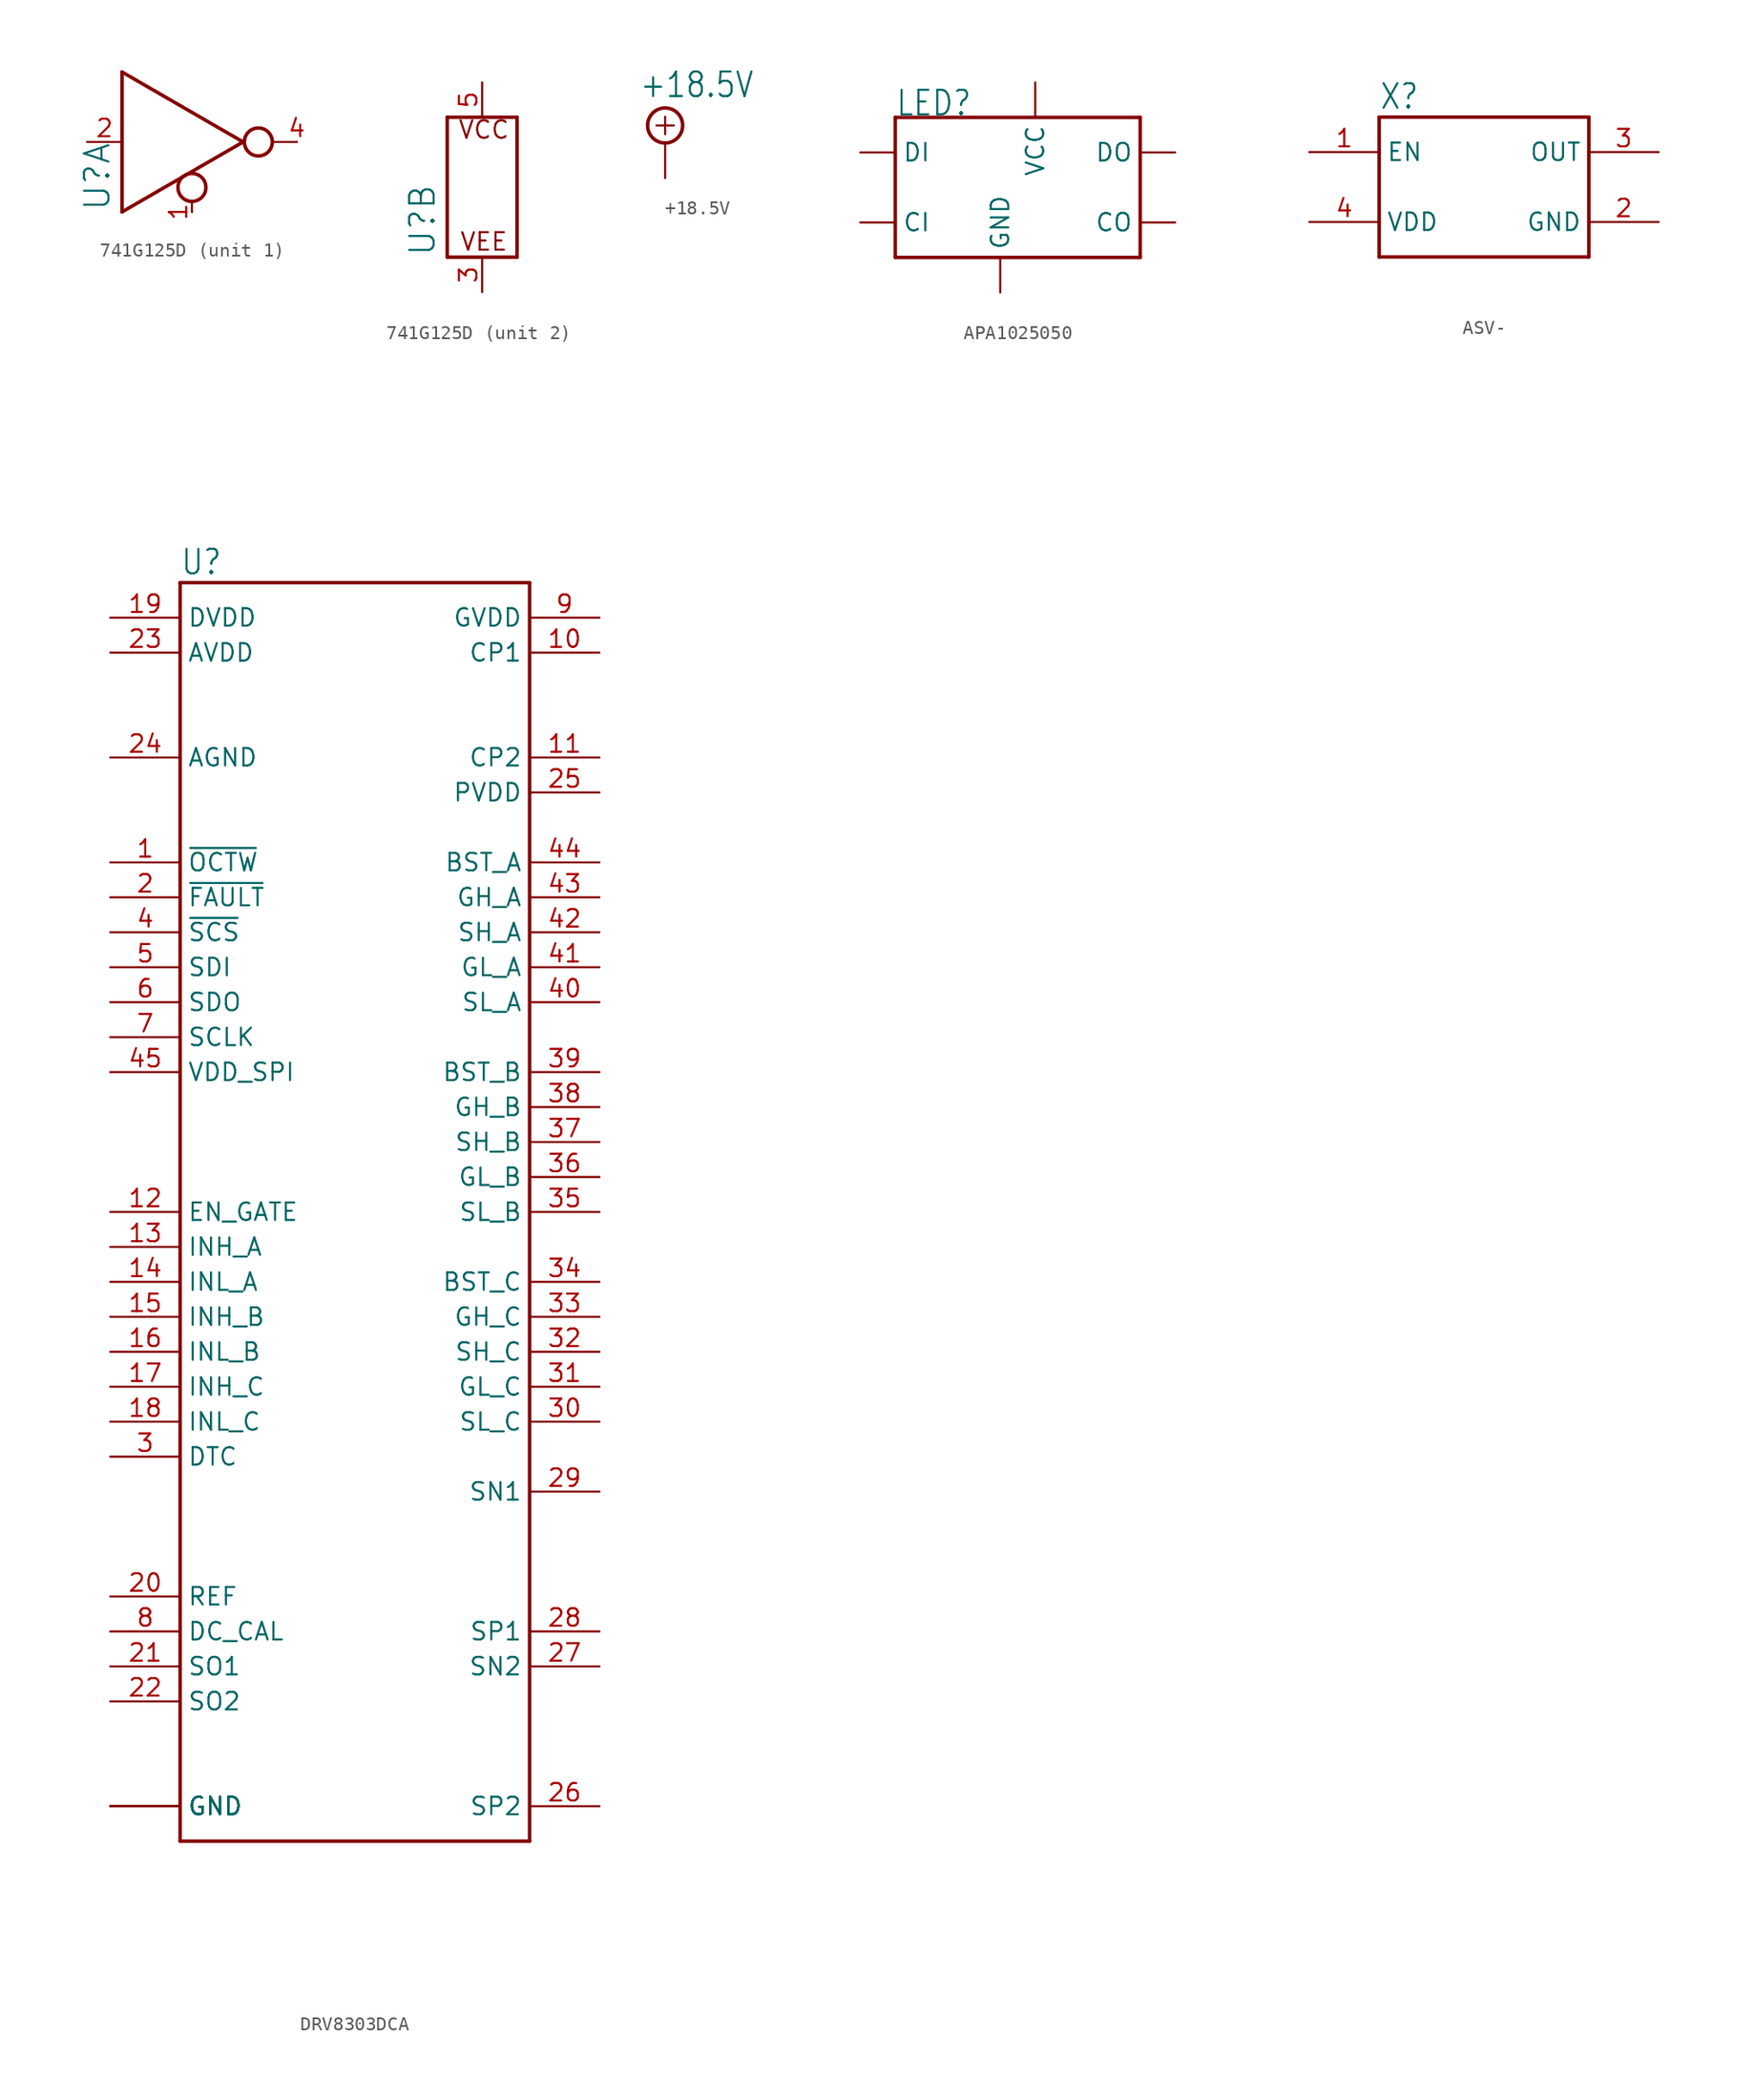
<source format=kicad_sym>
(kicad_symbol_lib
  (version 20220914)
  (generator kicad_symbol_editor)
  (symbol "741G125D"
    (property "Reference" "U"
      (at -3.302 -5.08 90)
      (effects (font (size 1.778 1.778)) (justify left bottom)))
    (property "Value" ""
      (at 5.08 -5.08 90)
      (effects (font (size 1.778 1.778)) (justify left bottom)))
    (property "ki_locked" ""
      (at 0 0 0)
      (effects (font (size 1.27 1.27))))
    (symbol "741G125D_1_0"
      (polyline (pts (xy -2.54 -5.08) (xy -2.54 5.08)) (stroke (width 0.254) (type solid)) (fill (type none)))
      (polyline (pts (xy -2.54 5.08) (xy 6.258 0)) (stroke (width 0.254) (type solid)) (fill (type none)))
      (polyline (pts (xy 2.54 -4.318) (xy 2.54 -5.08)) (stroke (width 0.152) (type solid)) (fill (type none)))
      (polyline (pts (xy 6.258 0) (xy -2.54 -5.08)) (stroke (width 0.254) (type solid)) (fill (type none)))
      (polyline (pts (xy 10.16 0) (xy 8.382 0)) (stroke (width 0.152) (type solid)) (fill (type none)))
      (circle (center 2.54 -3.302) (radius 1.016) (stroke (width 0.254) (type solid)) (fill (type none)))
      (circle (center 7.366 0) (radius 1.016) (stroke (width 0.254) (type solid)) (fill (type none)))
      (pin bidirectional line (at 2.54 -5.08 270) (length 0) (name "~{EN}" (effects (font (size 0 0)))) (number "1" (effects (font (size 1.27 1.27)))))
      (pin bidirectional line (at -5.08 0 0) (length 2.54) (name "A" (effects (font (size 0 0)))) (number "2" (effects (font (size 1.27 1.27)))))
      (pin bidirectional line (at 10.16 0 0) (length 0) (name "Y" (effects (font (size 0 0)))) (number "4" (effects (font (size 1.27 1.27))))))
    (symbol "741G125D_2_0"
      (polyline (pts (xy -2.54 -5.08) (xy -2.54 5.08)) (stroke (width 0.254) (type solid)) (fill (type none)))
      (polyline (pts (xy -2.54 5.08) (xy 2.54 5.08)) (stroke (width 0.254) (type solid)) (fill (type none)))
      (polyline (pts (xy 2.54 -5.08) (xy -2.54 -5.08)) (stroke (width 0.254) (type solid)) (fill (type none)))
      (polyline (pts (xy 2.54 5.08) (xy 2.54 -5.08)) (stroke (width 0.254) (type solid)) (fill (type none)))
      (text "VCC" (at 0.127 3.429 0) (effects (font (size 1.27 1.27)) (justify bottom)))
      (text "VEE" (at 0.127 -4.699 0) (effects (font (size 1.27 1.27)) (justify bottom)))
      (pin bidirectional line (at 0 -7.62 90) (length 2.54) (name "P$V-" (effects (font (size 0 0)))) (number "3" (effects (font (size 1.27 1.27)))))
      (pin bidirectional line (at 0 7.62 270) (length 2.54) (name "P$V+" (effects (font (size 0 0)))) (number "5" (effects (font (size 1.27 1.27)))))))
  (symbol "+18.5V"
    (power)
    (property "Reference" "#SUPPLY"
      (at 0 0 0)
      (effects (font (size 1.27 1.27)) hide))
    (property "Value" "+18.5V"
      (at -1.905 3.175 0)
      (effects (font (size 1.778 1.511)) (justify left bottom)))
    (property "ki_locked" ""
      (at 0 0 0)
      (effects (font (size 1.27 1.27))))
    (symbol "+18.5V_1_0"
      (polyline (pts (xy -0.635 1.27) (xy 0.635 1.27)) (stroke (width 0.152) (type solid)) (fill (type none)))
      (polyline (pts (xy 0 0.635) (xy 0 1.905)) (stroke (width 0.152) (type solid)) (fill (type none)))
      (circle (center 0 1.27) (radius 1.27) (stroke (width 0.254) (type solid)) (fill (type none)))
      (pin power_in line (at 0 -2.54 90) (length 2.54) (name "+18.5V" (effects (font (size 0 0)))) (number "1" (effects (font (size 0 0)))))))
  (symbol "APA1025050"
    (property "Reference" "LED"
      (at -10.16 7.62 0)
      (effects (font (size 1.778 1.511)) (justify left bottom)))
    (property "Value" ""
      (at 0 -5.08 0)
      (effects (font (size 1.778 1.511)) (justify left bottom)))
    (property "ki_locked" ""
      (at 0 0 0)
      (effects (font (size 1.27 1.27))))
    (symbol "APA1025050_1_0"
      (polyline (pts (xy -10.16 -2.54) (xy 7.62 -2.54)) (stroke (width 0.254) (type solid)) (fill (type none)))
      (polyline (pts (xy -10.16 7.62) (xy -10.16 -2.54)) (stroke (width 0.254) (type solid)) (fill (type none)))
      (polyline (pts (xy 7.62 -2.54) (xy 7.62 7.62)) (stroke (width 0.254) (type solid)) (fill (type none)))
      (polyline (pts (xy 7.62 7.62) (xy -10.16 7.62)) (stroke (width 0.254) (type solid)) (fill (type none)))
      (pin bidirectional line (at 0 10.16 270) (length 2.54) (name "VCC" (effects (font (size 1.27 1.27)))) (number "1" (effects (font (size 0 0)))))
      (pin bidirectional line (at 10.16 0 180) (length 2.54) (name "CO" (effects (font (size 1.27 1.27)))) (number "2" (effects (font (size 0 0)))))
      (pin bidirectional line (at 10.16 5.08 180) (length 2.54) (name "DO" (effects (font (size 1.27 1.27)))) (number "3" (effects (font (size 0 0)))))
      (pin bidirectional line (at -12.7 5.08 0) (length 2.54) (name "DI" (effects (font (size 1.27 1.27)))) (number "4" (effects (font (size 0 0)))))
      (pin bidirectional line (at -12.7 0 0) (length 2.54) (name "CI" (effects (font (size 1.27 1.27)))) (number "5" (effects (font (size 0 0)))))
      (pin bidirectional line (at -2.54 -5.08 90) (length 2.54) (name "GND" (effects (font (size 1.27 1.27)))) (number "6" (effects (font (size 0 0)))))))
  (symbol "ASV-"
    (property "Reference" "X"
      (at -7.62 7.62 0)
      (effects (font (size 1.778 1.511)) (justify left top)))
    (property "Value" ""
      (at -7.62 -7.62 0)
      (effects (font (size 1.778 1.511)) (justify left bottom)))
    (property "ki_locked" ""
      (at 0 0 0)
      (effects (font (size 1.27 1.27))))
    (symbol "ASV-_1_0"
      (polyline (pts (xy -7.62 -5.08) (xy 7.62 -5.08)) (stroke (width 0.254) (type solid)) (fill (type none)))
      (polyline (pts (xy -7.62 5.08) (xy -7.62 -5.08)) (stroke (width 0.254) (type solid)) (fill (type none)))
      (polyline (pts (xy 7.62 -5.08) (xy 7.62 5.08)) (stroke (width 0.254) (type solid)) (fill (type none)))
      (polyline (pts (xy 7.62 5.08) (xy -7.62 5.08)) (stroke (width 0.254) (type solid)) (fill (type none)))
      (pin input line (at -12.7 2.54 0) (length 5.08) (name "EN" (effects (font (size 1.27 1.27)))) (number "1" (effects (font (size 1.27 1.27)))))
      (pin power_in line (at 12.7 -2.54 180) (length 5.08) (name "GND" (effects (font (size 1.27 1.27)))) (number "2" (effects (font (size 1.27 1.27)))))
      (pin output line (at 12.7 2.54 180) (length 5.08) (name "OUT" (effects (font (size 1.27 1.27)))) (number "3" (effects (font (size 1.27 1.27)))))
      (pin power_in line (at -12.7 -2.54 0) (length 5.08) (name "VDD" (effects (font (size 1.27 1.27)))) (number "4" (effects (font (size 1.27 1.27)))))))
  (symbol "DRV8303DCA"
    (property "Reference" "U"
      (at -12.7 48.26 0)
      (effects (font (size 1.778 1.511)) (justify left top)))
    (property "Value" ""
      (at -12.7 -48.26 0)
      (effects (font (size 1.778 1.511)) (justify left bottom)))
    (property "ki_locked" ""
      (at 0 0 0)
      (effects (font (size 1.27 1.27))))
    (symbol "DRV8303DCA_1_0"
      (polyline (pts (xy -12.7 -45.72) (xy -12.7 45.72)) (stroke (width 0.254) (type solid)) (fill (type none)))
      (polyline (pts (xy -12.7 45.72) (xy 12.7 45.72)) (stroke (width 0.254) (type solid)) (fill (type none)))
      (polyline (pts (xy 12.7 -45.72) (xy -12.7 -45.72)) (stroke (width 0.254) (type solid)) (fill (type none)))
      (polyline (pts (xy 12.7 45.72) (xy 12.7 -45.72)) (stroke (width 0.254) (type solid)) (fill (type none)))
      (pin bidirectional line (at -17.78 25.4 0) (length 5.08) (name "~{OCTW}" (effects (font (size 1.27 1.27)))) (number "1" (effects (font (size 1.27 1.27)))))
      (pin bidirectional line (at 17.78 40.64 180) (length 5.08) (name "CP1" (effects (font (size 1.27 1.27)))) (number "10" (effects (font (size 1.27 1.27)))))
      (pin bidirectional line (at 17.78 33.02 180) (length 5.08) (name "CP2" (effects (font (size 1.27 1.27)))) (number "11" (effects (font (size 1.27 1.27)))))
      (pin bidirectional line (at -17.78 0 0) (length 5.08) (name "EN_GATE" (effects (font (size 1.27 1.27)))) (number "12" (effects (font (size 1.27 1.27)))))
      (pin bidirectional line (at -17.78 -2.54 0) (length 5.08) (name "INH_A" (effects (font (size 1.27 1.27)))) (number "13" (effects (font (size 1.27 1.27)))))
      (pin bidirectional line (at -17.78 -5.08 0) (length 5.08) (name "INL_A" (effects (font (size 1.27 1.27)))) (number "14" (effects (font (size 1.27 1.27)))))
      (pin bidirectional line (at -17.78 -7.62 0) (length 5.08) (name "INH_B" (effects (font (size 1.27 1.27)))) (number "15" (effects (font (size 1.27 1.27)))))
      (pin bidirectional line (at -17.78 -10.16 0) (length 5.08) (name "INL_B" (effects (font (size 1.27 1.27)))) (number "16" (effects (font (size 1.27 1.27)))))
      (pin bidirectional line (at -17.78 -12.7 0) (length 5.08) (name "INH_C" (effects (font (size 1.27 1.27)))) (number "17" (effects (font (size 1.27 1.27)))))
      (pin bidirectional line (at -17.78 -15.24 0) (length 5.08) (name "INL_C" (effects (font (size 1.27 1.27)))) (number "18" (effects (font (size 1.27 1.27)))))
      (pin bidirectional line (at -17.78 43.18 0) (length 5.08) (name "DVDD" (effects (font (size 1.27 1.27)))) (number "19" (effects (font (size 1.27 1.27)))))
      (pin bidirectional line (at -17.78 22.86 0) (length 5.08) (name "~{FAULT}" (effects (font (size 1.27 1.27)))) (number "2" (effects (font (size 1.27 1.27)))))
      (pin bidirectional line (at -17.78 -27.94 0) (length 5.08) (name "REF" (effects (font (size 1.27 1.27)))) (number "20" (effects (font (size 1.27 1.27)))))
      (pin bidirectional line (at -17.78 -33.02 0) (length 5.08) (name "SO1" (effects (font (size 1.27 1.27)))) (number "21" (effects (font (size 1.27 1.27)))))
      (pin bidirectional line (at -17.78 -35.56 0) (length 5.08) (name "SO2" (effects (font (size 1.27 1.27)))) (number "22" (effects (font (size 1.27 1.27)))))
      (pin bidirectional line (at -17.78 40.64 0) (length 5.08) (name "AVDD" (effects (font (size 1.27 1.27)))) (number "23" (effects (font (size 1.27 1.27)))))
      (pin bidirectional line (at -17.78 33.02 0) (length 5.08) (name "AGND" (effects (font (size 1.27 1.27)))) (number "24" (effects (font (size 1.27 1.27)))))
      (pin bidirectional line (at 17.78 30.48 180) (length 5.08) (name "PVDD" (effects (font (size 1.27 1.27)))) (number "25" (effects (font (size 1.27 1.27)))))
      (pin bidirectional line (at 17.78 -43.18 180) (length 5.08) (name "SP2" (effects (font (size 1.27 1.27)))) (number "26" (effects (font (size 1.27 1.27)))))
      (pin bidirectional line (at 17.78 -33.02 180) (length 5.08) (name "SN2" (effects (font (size 1.27 1.27)))) (number "27" (effects (font (size 1.27 1.27)))))
      (pin bidirectional line (at 17.78 -30.48 180) (length 5.08) (name "SP1" (effects (font (size 1.27 1.27)))) (number "28" (effects (font (size 1.27 1.27)))))
      (pin bidirectional line (at 17.78 -20.32 180) (length 5.08) (name "SN1" (effects (font (size 1.27 1.27)))) (number "29" (effects (font (size 1.27 1.27)))))
      (pin bidirectional line (at -17.78 -17.78 0) (length 5.08) (name "DTC" (effects (font (size 1.27 1.27)))) (number "3" (effects (font (size 1.27 1.27)))))
      (pin bidirectional line (at 17.78 -15.24 180) (length 5.08) (name "SL_C" (effects (font (size 1.27 1.27)))) (number "30" (effects (font (size 1.27 1.27)))))
      (pin bidirectional line (at 17.78 -12.7 180) (length 5.08) (name "GL_C" (effects (font (size 1.27 1.27)))) (number "31" (effects (font (size 1.27 1.27)))))
      (pin bidirectional line (at 17.78 -10.16 180) (length 5.08) (name "SH_C" (effects (font (size 1.27 1.27)))) (number "32" (effects (font (size 1.27 1.27)))))
      (pin bidirectional line (at 17.78 -7.62 180) (length 5.08) (name "GH_C" (effects (font (size 1.27 1.27)))) (number "33" (effects (font (size 1.27 1.27)))))
      (pin bidirectional line (at 17.78 -5.08 180) (length 5.08) (name "BST_C" (effects (font (size 1.27 1.27)))) (number "34" (effects (font (size 1.27 1.27)))))
      (pin bidirectional line (at 17.78 0 180) (length 5.08) (name "SL_B" (effects (font (size 1.27 1.27)))) (number "35" (effects (font (size 1.27 1.27)))))
      (pin bidirectional line (at 17.78 2.54 180) (length 5.08) (name "GL_B" (effects (font (size 1.27 1.27)))) (number "36" (effects (font (size 1.27 1.27)))))
      (pin bidirectional line (at 17.78 5.08 180) (length 5.08) (name "SH_B" (effects (font (size 1.27 1.27)))) (number "37" (effects (font (size 1.27 1.27)))))
      (pin bidirectional line (at 17.78 7.62 180) (length 5.08) (name "GH_B" (effects (font (size 1.27 1.27)))) (number "38" (effects (font (size 1.27 1.27)))))
      (pin bidirectional line (at 17.78 10.16 180) (length 5.08) (name "BST_B" (effects (font (size 1.27 1.27)))) (number "39" (effects (font (size 1.27 1.27)))))
      (pin bidirectional line (at -17.78 20.32 0) (length 5.08) (name "~{SCS}" (effects (font (size 1.27 1.27)))) (number "4" (effects (font (size 1.27 1.27)))))
      (pin bidirectional line (at 17.78 15.24 180) (length 5.08) (name "SL_A" (effects (font (size 1.27 1.27)))) (number "40" (effects (font (size 1.27 1.27)))))
      (pin bidirectional line (at 17.78 17.78 180) (length 5.08) (name "GL_A" (effects (font (size 1.27 1.27)))) (number "41" (effects (font (size 1.27 1.27)))))
      (pin bidirectional line (at 17.78 20.32 180) (length 5.08) (name "SH_A" (effects (font (size 1.27 1.27)))) (number "42" (effects (font (size 1.27 1.27)))))
      (pin bidirectional line (at 17.78 22.86 180) (length 5.08) (name "GH_A" (effects (font (size 1.27 1.27)))) (number "43" (effects (font (size 1.27 1.27)))))
      (pin bidirectional line (at 17.78 25.4 180) (length 5.08) (name "BST_A" (effects (font (size 1.27 1.27)))) (number "44" (effects (font (size 1.27 1.27)))))
      (pin bidirectional line (at -17.78 10.16 0) (length 5.08) (name "VDD_SPI" (effects (font (size 1.27 1.27)))) (number "45" (effects (font (size 1.27 1.27)))))
      (pin bidirectional line (at -17.78 -43.18 0) (length 5.08) (name "GND" (effects (font (size 1.27 1.27)))) (number "46" (effects (font (size 0 0)))))
      (pin bidirectional line (at -17.78 -43.18 0) (length 5.08) (name "GND" (effects (font (size 1.27 1.27)))) (number "47" (effects (font (size 0 0)))))
      (pin bidirectional line (at -17.78 -43.18 0) (length 5.08) (name "GND" (effects (font (size 1.27 1.27)))) (number "48" (effects (font (size 0 0)))))
      (pin bidirectional line (at -17.78 17.78 0) (length 5.08) (name "SDI" (effects (font (size 1.27 1.27)))) (number "5" (effects (font (size 1.27 1.27)))))
      (pin bidirectional line (at -17.78 15.24 0) (length 5.08) (name "SDO" (effects (font (size 1.27 1.27)))) (number "6" (effects (font (size 1.27 1.27)))))
      (pin bidirectional line (at -17.78 12.7 0) (length 5.08) (name "SCLK" (effects (font (size 1.27 1.27)))) (number "7" (effects (font (size 1.27 1.27)))))
      (pin bidirectional line (at -17.78 -30.48 0) (length 5.08) (name "DC_CAL" (effects (font (size 1.27 1.27)))) (number "8" (effects (font (size 1.27 1.27)))))
      (pin bidirectional line (at 17.78 43.18 180) (length 5.08) (name "GVDD" (effects (font (size 1.27 1.27)))) (number "9" (effects (font (size 1.27 1.27)))))
      (pin bidirectional line (at -17.78 -43.18 0) (length 5.08) (name "GND" (effects (font (size 1.27 1.27)))) (number "PAD" (effects (font (size 0 0))))))))
</source>
